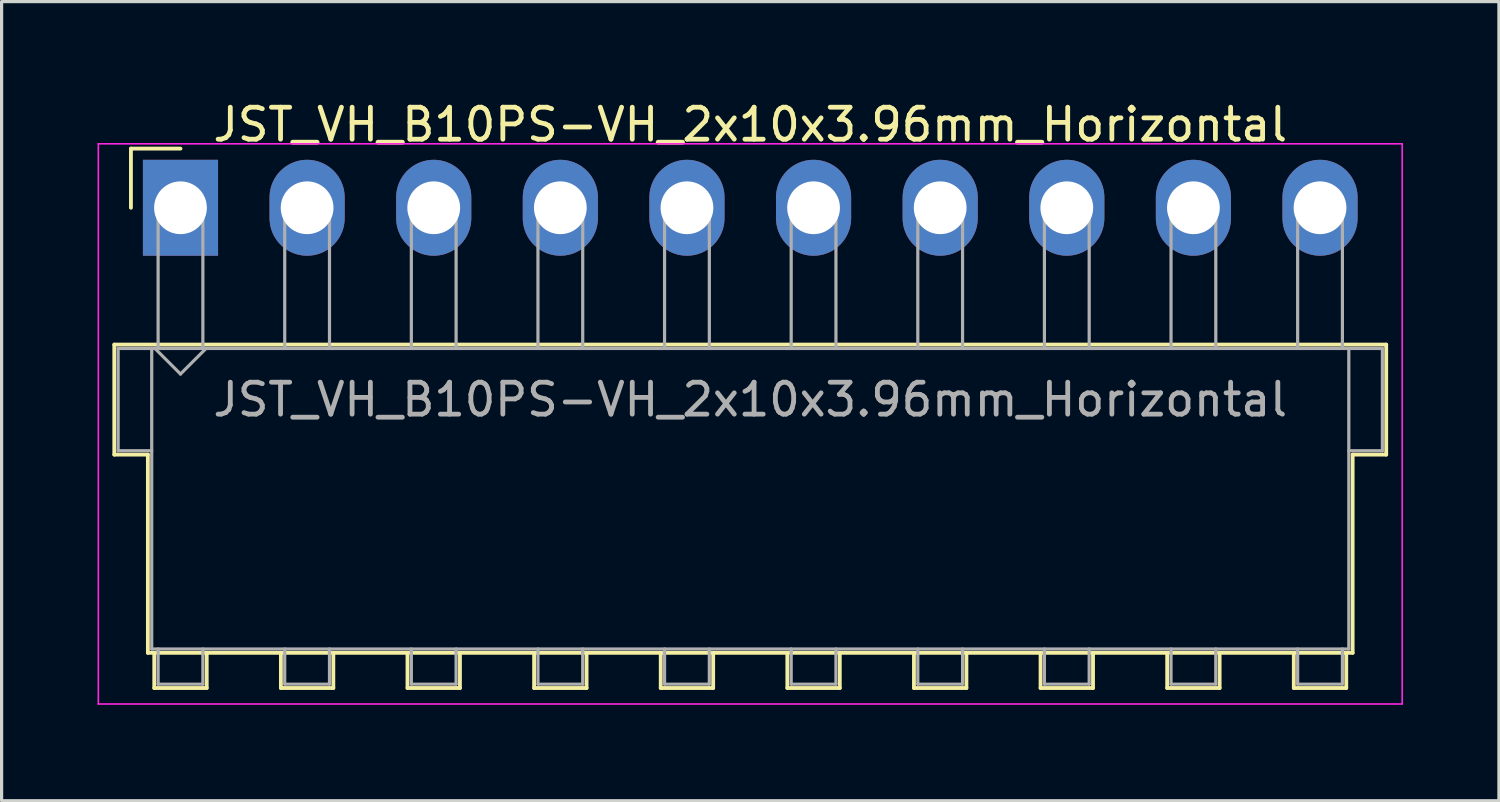
<source format=kicad_pcb>
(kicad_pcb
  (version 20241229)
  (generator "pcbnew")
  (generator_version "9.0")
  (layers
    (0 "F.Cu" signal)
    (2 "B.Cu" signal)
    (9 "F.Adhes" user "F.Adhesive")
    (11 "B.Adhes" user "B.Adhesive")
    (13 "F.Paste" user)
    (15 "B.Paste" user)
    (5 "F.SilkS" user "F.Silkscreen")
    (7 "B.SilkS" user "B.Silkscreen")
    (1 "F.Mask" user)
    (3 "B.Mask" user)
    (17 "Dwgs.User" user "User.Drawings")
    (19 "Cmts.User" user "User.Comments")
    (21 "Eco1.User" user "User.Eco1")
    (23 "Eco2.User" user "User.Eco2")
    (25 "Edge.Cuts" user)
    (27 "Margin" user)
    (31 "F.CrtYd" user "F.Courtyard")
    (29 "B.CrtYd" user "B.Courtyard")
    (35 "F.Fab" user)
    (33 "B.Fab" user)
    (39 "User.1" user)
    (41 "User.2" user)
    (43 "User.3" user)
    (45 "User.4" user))
  (footprint "JST_VH_B10PS-VH_2x10x3.96mm_Horizontal"
    (layer "F.Cu")
    (at 2.595 3.448)
    (property "Reference" "JST_VH_B10PS-VH_2x10x3.96mm_Horizontal" (at 17.82 -2.6 0) (layer "F.SilkS") (effects (font (size 1 1) (thickness 0.15))))
    (attr through_hole)
    (fp_line (start -2.07 4.28) (end 37.71 4.28) (stroke (width 0.12) (type solid)) (layer "F.SilkS"))
    (fp_line (start -2.07 7.72) (end -2.07 4.28) (stroke (width 0.12) (type solid)) (layer "F.SilkS"))
    (fp_line (start -1.55 -1.85) (end -1.55 0) (stroke (width 0.12) (type solid)) (layer "F.SilkS"))
    (fp_line (start -1.02 7.72) (end -2.07 7.72) (stroke (width 0.12) (type solid)) (layer "F.SilkS"))
    (fp_line (start -1.02 13.92) (end -1.02 7.72) (stroke (width 0.12) (type solid)) (layer "F.SilkS"))
    (fp_line (start -0.82 13.92) (end -0.82 15.02) (stroke (width 0.12) (type solid)) (layer "F.SilkS"))
    (fp_line (start -0.82 15.02) (end 0.82 15.02) (stroke (width 0.12) (type solid)) (layer "F.SilkS"))
    (fp_line (start 0 -1.85) (end -1.55 -1.85) (stroke (width 0.12) (type solid)) (layer "F.SilkS"))
    (fp_line (start 0.82 15.02) (end 0.82 13.92) (stroke (width 0.12) (type solid)) (layer "F.SilkS"))
    (fp_line (start 3.14 13.92) (end 3.14 15.02) (stroke (width 0.12) (type solid)) (layer "F.SilkS"))
    (fp_line (start 3.14 15.02) (end 4.78 15.02) (stroke (width 0.12) (type solid)) (layer "F.SilkS"))
    (fp_line (start 4.78 15.02) (end 4.78 13.92) (stroke (width 0.12) (type solid)) (layer "F.SilkS"))
    (fp_line (start 7.1 13.92) (end 7.1 15.02) (stroke (width 0.12) (type solid)) (layer "F.SilkS"))
    (fp_line (start 7.1 15.02) (end 8.74 15.02) (stroke (width 0.12) (type solid)) (layer "F.SilkS"))
    (fp_line (start 8.74 15.02) (end 8.74 13.92) (stroke (width 0.12) (type solid)) (layer "F.SilkS"))
    (fp_line (start 11.06 13.92) (end 11.06 15.02) (stroke (width 0.12) (type solid)) (layer "F.SilkS"))
    (fp_line (start 11.06 15.02) (end 12.7 15.02) (stroke (width 0.12) (type solid)) (layer "F.SilkS"))
    (fp_line (start 12.7 15.02) (end 12.7 13.92) (stroke (width 0.12) (type solid)) (layer "F.SilkS"))
    (fp_line (start 15.02 13.92) (end 15.02 15.02) (stroke (width 0.12) (type solid)) (layer "F.SilkS"))
    (fp_line (start 15.02 15.02) (end 16.66 15.02) (stroke (width 0.12) (type solid)) (layer "F.SilkS"))
    (fp_line (start 16.66 15.02) (end 16.66 13.92) (stroke (width 0.12) (type solid)) (layer "F.SilkS"))
    (fp_line (start 18.98 13.92) (end 18.98 15.02) (stroke (width 0.12) (type solid)) (layer "F.SilkS"))
    (fp_line (start 18.98 15.02) (end 20.62 15.02) (stroke (width 0.12) (type solid)) (layer "F.SilkS"))
    (fp_line (start 20.62 15.02) (end 20.62 13.92) (stroke (width 0.12) (type solid)) (layer "F.SilkS"))
    (fp_line (start 22.94 13.92) (end 22.94 15.02) (stroke (width 0.12) (type solid)) (layer "F.SilkS"))
    (fp_line (start 22.94 15.02) (end 24.58 15.02) (stroke (width 0.12) (type solid)) (layer "F.SilkS"))
    (fp_line (start 24.58 15.02) (end 24.58 13.92) (stroke (width 0.12) (type solid)) (layer "F.SilkS"))
    (fp_line (start 26.9 13.92) (end 26.9 15.02) (stroke (width 0.12) (type solid)) (layer "F.SilkS"))
    (fp_line (start 26.9 15.02) (end 28.54 15.02) (stroke (width 0.12) (type solid)) (layer "F.SilkS"))
    (fp_line (start 28.54 15.02) (end 28.54 13.92) (stroke (width 0.12) (type solid)) (layer "F.SilkS"))
    (fp_line (start 30.86 13.92) (end 30.86 15.02) (stroke (width 0.12) (type solid)) (layer "F.SilkS"))
    (fp_line (start 30.86 15.02) (end 32.5 15.02) (stroke (width 0.12) (type solid)) (layer "F.SilkS"))
    (fp_line (start 32.5 15.02) (end 32.5 13.92) (stroke (width 0.12) (type solid)) (layer "F.SilkS"))
    (fp_line (start 34.82 13.92) (end 34.82 15.02) (stroke (width 0.12) (type solid)) (layer "F.SilkS"))
    (fp_line (start 34.82 15.02) (end 36.46 15.02) (stroke (width 0.12) (type solid)) (layer "F.SilkS"))
    (fp_line (start 36.46 15.02) (end 36.46 13.92) (stroke (width 0.12) (type solid)) (layer "F.SilkS"))
    (fp_line (start 36.66 7.72) (end 36.66 13.92) (stroke (width 0.12) (type solid)) (layer "F.SilkS"))
    (fp_line (start 36.66 13.92) (end -1.02 13.92) (stroke (width 0.12) (type solid)) (layer "F.SilkS"))
    (fp_line (start 37.71 4.28) (end 37.71 7.72) (stroke (width 0.12) (type solid)) (layer "F.SilkS"))
    (fp_line (start 37.71 7.72) (end 36.66 7.72) (stroke (width 0.12) (type solid)) (layer "F.SilkS"))
    (fp_line (start -2.57 -2) (end -2.57 15.52) (stroke (width 0.05) (type solid)) (layer "F.CrtYd"))
    (fp_line (start -2.57 15.52) (end 38.21 15.52) (stroke (width 0.05) (type solid)) (layer "F.CrtYd"))
    (fp_line (start 38.21 -2) (end -2.57 -2) (stroke (width 0.05) (type solid)) (layer "F.CrtYd"))
    (fp_line (start 38.21 15.52) (end 38.21 -2) (stroke (width 0.05) (type solid)) (layer "F.CrtYd"))
    (fp_line (start -1.95 4.4) (end -0.9 4.4) (stroke (width 0.1) (type solid)) (layer "F.Fab"))
    (fp_line (start -1.95 7.6) (end -1.95 4.4) (stroke (width 0.1) (type solid)) (layer "F.Fab"))
    (fp_line (start -0.9 4.4) (end -0.9 13.8) (stroke (width 0.1) (type solid)) (layer "F.Fab"))
    (fp_line (start -0.9 7.6) (end -1.95 7.6) (stroke (width 0.1) (type solid)) (layer "F.Fab"))
    (fp_line (start -0.9 13.8) (end 36.54 13.8) (stroke (width 0.1) (type solid)) (layer "F.Fab"))
    (fp_line (start -0.8 4.4) (end 0 5.2) (stroke (width 0.1) (type solid)) (layer "F.Fab"))
    (fp_line (start -0.7 0) (end 0.7 0) (stroke (width 0.1) (type solid)) (layer "F.Fab"))
    (fp_line (start -0.7 4.4) (end -0.7 0) (stroke (width 0.1) (type solid)) (layer "F.Fab"))
    (fp_line (start -0.7 13.8) (end -0.7 14.9) (stroke (width 0.1) (type solid)) (layer "F.Fab"))
    (fp_line (start -0.7 14.9) (end 0.7 14.9) (stroke (width 0.1) (type solid)) (layer "F.Fab"))
    (fp_line (start 0 5.2) (end 0.8 4.4) (stroke (width 0.1) (type solid)) (layer "F.Fab"))
    (fp_line (start 0.7 0) (end 0.7 4.4) (stroke (width 0.1) (type solid)) (layer "F.Fab"))
    (fp_line (start 0.7 14.9) (end 0.7 13.8) (stroke (width 0.1) (type solid)) (layer "F.Fab"))
    (fp_line (start 3.26 0) (end 4.66 0) (stroke (width 0.1) (type solid)) (layer "F.Fab"))
    (fp_line (start 3.26 4.4) (end 3.26 0) (stroke (width 0.1) (type solid)) (layer "F.Fab"))
    (fp_line (start 3.26 13.8) (end 3.26 14.9) (stroke (width 0.1) (type solid)) (layer "F.Fab"))
    (fp_line (start 3.26 14.9) (end 4.66 14.9) (stroke (width 0.1) (type solid)) (layer "F.Fab"))
    (fp_line (start 4.66 0) (end 4.66 4.4) (stroke (width 0.1) (type solid)) (layer "F.Fab"))
    (fp_line (start 4.66 14.9) (end 4.66 13.8) (stroke (width 0.1) (type solid)) (layer "F.Fab"))
    (fp_line (start 7.22 0) (end 8.62 0) (stroke (width 0.1) (type solid)) (layer "F.Fab"))
    (fp_line (start 7.22 4.4) (end 7.22 0) (stroke (width 0.1) (type solid)) (layer "F.Fab"))
    (fp_line (start 7.22 13.8) (end 7.22 14.9) (stroke (width 0.1) (type solid)) (layer "F.Fab"))
    (fp_line (start 7.22 14.9) (end 8.62 14.9) (stroke (width 0.1) (type solid)) (layer "F.Fab"))
    (fp_line (start 8.62 0) (end 8.62 4.4) (stroke (width 0.1) (type solid)) (layer "F.Fab"))
    (fp_line (start 8.62 14.9) (end 8.62 13.8) (stroke (width 0.1) (type solid)) (layer "F.Fab"))
    (fp_line (start 11.18 0) (end 12.58 0) (stroke (width 0.1) (type solid)) (layer "F.Fab"))
    (fp_line (start 11.18 4.4) (end 11.18 0) (stroke (width 0.1) (type solid)) (layer "F.Fab"))
    (fp_line (start 11.18 13.8) (end 11.18 14.9) (stroke (width 0.1) (type solid)) (layer "F.Fab"))
    (fp_line (start 11.18 14.9) (end 12.58 14.9) (stroke (width 0.1) (type solid)) (layer "F.Fab"))
    (fp_line (start 12.58 0) (end 12.58 4.4) (stroke (width 0.1) (type solid)) (layer "F.Fab"))
    (fp_line (start 12.58 14.9) (end 12.58 13.8) (stroke (width 0.1) (type solid)) (layer "F.Fab"))
    (fp_line (start 15.14 0) (end 16.54 0) (stroke (width 0.1) (type solid)) (layer "F.Fab"))
    (fp_line (start 15.14 4.4) (end 15.14 0) (stroke (width 0.1) (type solid)) (layer "F.Fab"))
    (fp_line (start 15.14 13.8) (end 15.14 14.9) (stroke (width 0.1) (type solid)) (layer "F.Fab"))
    (fp_line (start 15.14 14.9) (end 16.54 14.9) (stroke (width 0.1) (type solid)) (layer "F.Fab"))
    (fp_line (start 16.54 0) (end 16.54 4.4) (stroke (width 0.1) (type solid)) (layer "F.Fab"))
    (fp_line (start 16.54 14.9) (end 16.54 13.8) (stroke (width 0.1) (type solid)) (layer "F.Fab"))
    (fp_line (start 19.1 0) (end 20.5 0) (stroke (width 0.1) (type solid)) (layer "F.Fab"))
    (fp_line (start 19.1 4.4) (end 19.1 0) (stroke (width 0.1) (type solid)) (layer "F.Fab"))
    (fp_line (start 19.1 13.8) (end 19.1 14.9) (stroke (width 0.1) (type solid)) (layer "F.Fab"))
    (fp_line (start 19.1 14.9) (end 20.5 14.9) (stroke (width 0.1) (type solid)) (layer "F.Fab"))
    (fp_line (start 20.5 0) (end 20.5 4.4) (stroke (width 0.1) (type solid)) (layer "F.Fab"))
    (fp_line (start 20.5 14.9) (end 20.5 13.8) (stroke (width 0.1) (type solid)) (layer "F.Fab"))
    (fp_line (start 23.06 0) (end 24.46 0) (stroke (width 0.1) (type solid)) (layer "F.Fab"))
    (fp_line (start 23.06 4.4) (end 23.06 0) (stroke (width 0.1) (type solid)) (layer "F.Fab"))
    (fp_line (start 23.06 13.8) (end 23.06 14.9) (stroke (width 0.1) (type solid)) (layer "F.Fab"))
    (fp_line (start 23.06 14.9) (end 24.46 14.9) (stroke (width 0.1) (type solid)) (layer "F.Fab"))
    (fp_line (start 24.46 0) (end 24.46 4.4) (stroke (width 0.1) (type solid)) (layer "F.Fab"))
    (fp_line (start 24.46 14.9) (end 24.46 13.8) (stroke (width 0.1) (type solid)) (layer "F.Fab"))
    (fp_line (start 27.02 0) (end 28.42 0) (stroke (width 0.1) (type solid)) (layer "F.Fab"))
    (fp_line (start 27.02 4.4) (end 27.02 0) (stroke (width 0.1) (type solid)) (layer "F.Fab"))
    (fp_line (start 27.02 13.8) (end 27.02 14.9) (stroke (width 0.1) (type solid)) (layer "F.Fab"))
    (fp_line (start 27.02 14.9) (end 28.42 14.9) (stroke (width 0.1) (type solid)) (layer "F.Fab"))
    (fp_line (start 28.42 0) (end 28.42 4.4) (stroke (width 0.1) (type solid)) (layer "F.Fab"))
    (fp_line (start 28.42 14.9) (end 28.42 13.8) (stroke (width 0.1) (type solid)) (layer "F.Fab"))
    (fp_line (start 30.98 0) (end 32.38 0) (stroke (width 0.1) (type solid)) (layer "F.Fab"))
    (fp_line (start 30.98 4.4) (end 30.98 0) (stroke (width 0.1) (type solid)) (layer "F.Fab"))
    (fp_line (start 30.98 13.8) (end 30.98 14.9) (stroke (width 0.1) (type solid)) (layer "F.Fab"))
    (fp_line (start 30.98 14.9) (end 32.38 14.9) (stroke (width 0.1) (type solid)) (layer "F.Fab"))
    (fp_line (start 32.38 0) (end 32.38 4.4) (stroke (width 0.1) (type solid)) (layer "F.Fab"))
    (fp_line (start 32.38 14.9) (end 32.38 13.8) (stroke (width 0.1) (type solid)) (layer "F.Fab"))
    (fp_line (start 34.94 0) (end 36.34 0) (stroke (width 0.1) (type solid)) (layer "F.Fab"))
    (fp_line (start 34.94 4.4) (end 34.94 0) (stroke (width 0.1) (type solid)) (layer "F.Fab"))
    (fp_line (start 34.94 13.8) (end 34.94 14.9) (stroke (width 0.1) (type solid)) (layer "F.Fab"))
    (fp_line (start 34.94 14.9) (end 36.34 14.9) (stroke (width 0.1) (type solid)) (layer "F.Fab"))
    (fp_line (start 36.34 0) (end 36.34 4.4) (stroke (width 0.1) (type solid)) (layer "F.Fab"))
    (fp_line (start 36.34 14.9) (end 36.34 13.8) (stroke (width 0.1) (type solid)) (layer "F.Fab"))
    (fp_line (start 36.54 4.4) (end -0.9 4.4) (stroke (width 0.1) (type solid)) (layer "F.Fab"))
    (fp_line (start 36.54 4.4) (end 37.59 4.4) (stroke (width 0.1) (type solid)) (layer "F.Fab"))
    (fp_line (start 36.54 13.8) (end 36.54 4.4) (stroke (width 0.1) (type solid)) (layer "F.Fab"))
    (fp_line (start 37.59 4.4) (end 37.59 7.6) (stroke (width 0.1) (type solid)) (layer "F.Fab"))
    (fp_line (start 37.59 7.6) (end 36.54 7.6) (stroke (width 0.1) (type solid)) (layer "F.Fab"))
    (fp_text user "${REFERENCE}" (at 17.82 6 0) (layer "F.Fab") (effects (font (size 1 1) (thickness 0.15))))
    (pad "1" thru_hole rect (at 0 0) (size 2.35 3) (drill 1.65) (layers "*.Cu" "*.Mask"))
    (pad "2" thru_hole oval (at 3.96 0) (size 2.35 3) (drill 1.65) (layers "*.Cu" "*.Mask"))
    (pad "3" thru_hole oval (at 7.92 0) (size 2.35 3) (drill 1.65) (layers "*.Cu" "*.Mask"))
    (pad "4" thru_hole oval (at 11.88 0) (size 2.35 3) (drill 1.65) (layers "*.Cu" "*.Mask"))
    (pad "5" thru_hole oval (at 15.84 0) (size 2.35 3) (drill 1.65) (layers "*.Cu" "*.Mask"))
    (pad "6" thru_hole oval (at 19.8 0) (size 2.35 3) (drill 1.65) (layers "*.Cu" "*.Mask"))
    (pad "7" thru_hole oval (at 23.76 0) (size 2.35 3) (drill 1.65) (layers "*.Cu" "*.Mask"))
    (pad "8" thru_hole oval (at 27.72 0) (size 2.35 3) (drill 1.65) (layers "*.Cu" "*.Mask"))
    (pad "9" thru_hole oval (at 31.68 0) (size 2.35 3) (drill 1.65) (layers "*.Cu" "*.Mask"))
    (pad "10" thru_hole oval (at 35.64 0) (size 2.35 3) (drill 1.65) (layers "*.Cu" "*.Mask")))
  (gr_rect
    (start -3 -3)
    (end 43.83 21.993)
    (stroke (width 0.1) (type default))
    (fill no)
    (layer "Edge.Cuts")))
</source>
